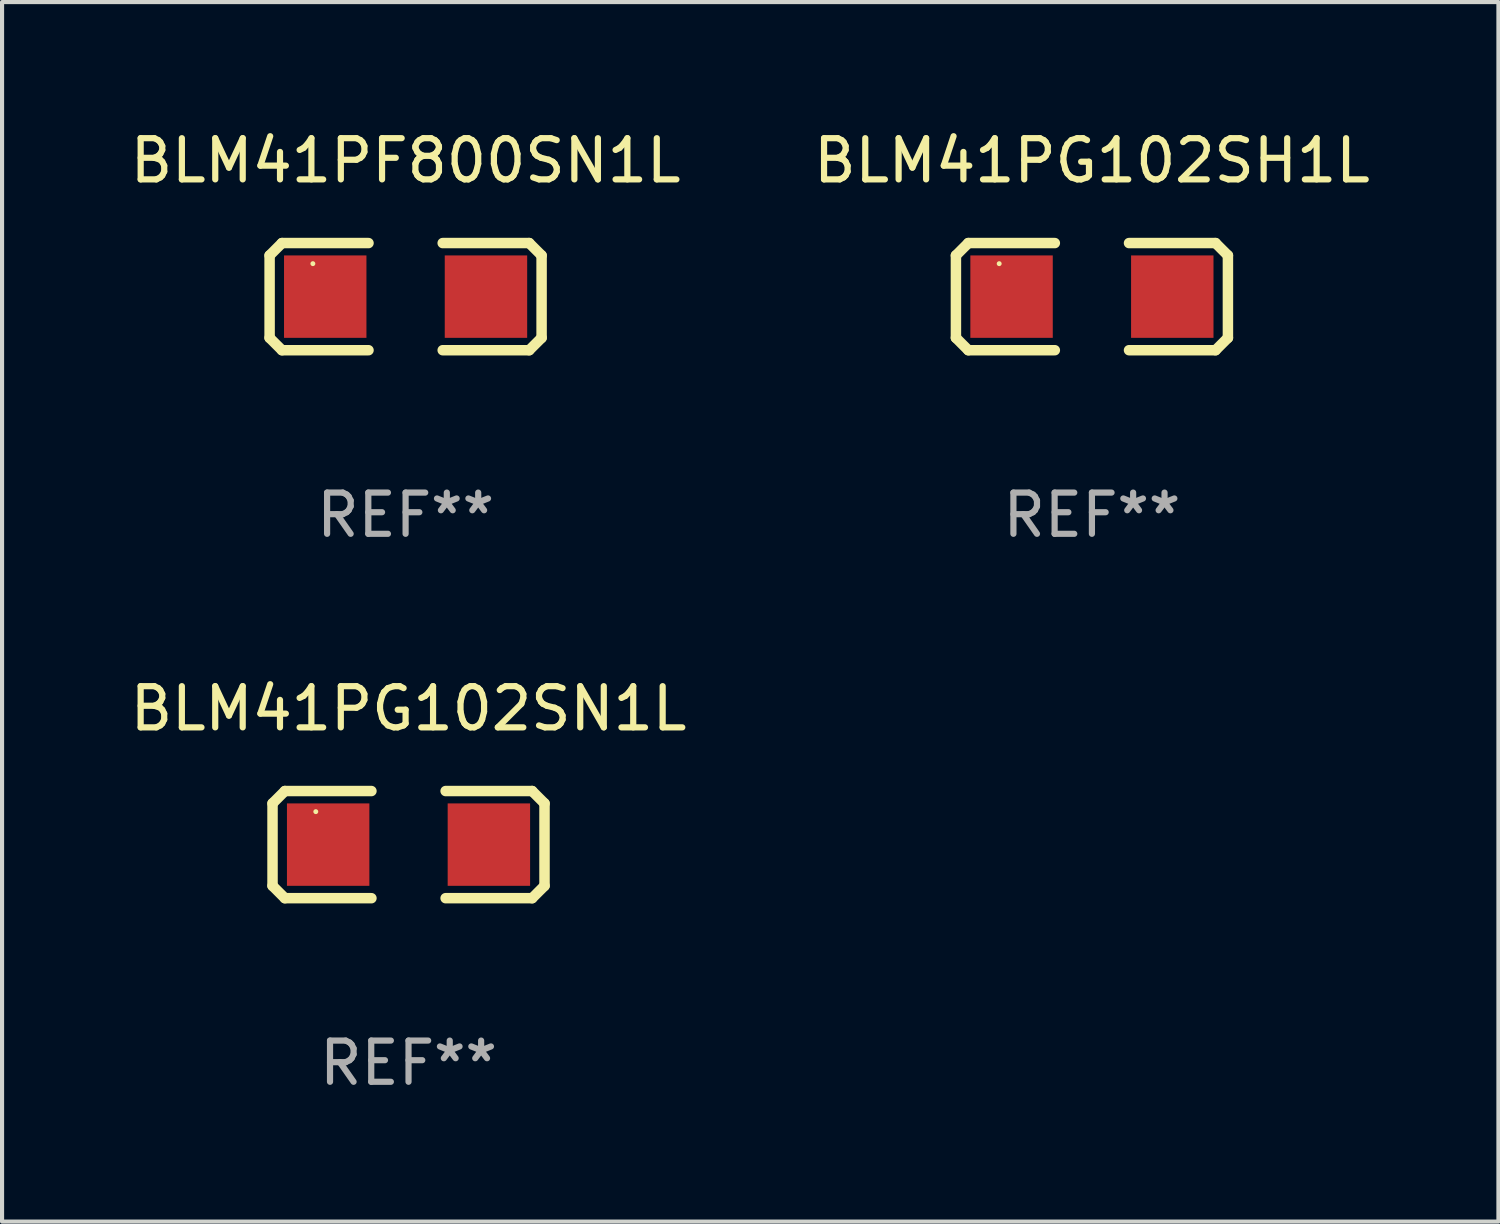
<source format=kicad_pcb>
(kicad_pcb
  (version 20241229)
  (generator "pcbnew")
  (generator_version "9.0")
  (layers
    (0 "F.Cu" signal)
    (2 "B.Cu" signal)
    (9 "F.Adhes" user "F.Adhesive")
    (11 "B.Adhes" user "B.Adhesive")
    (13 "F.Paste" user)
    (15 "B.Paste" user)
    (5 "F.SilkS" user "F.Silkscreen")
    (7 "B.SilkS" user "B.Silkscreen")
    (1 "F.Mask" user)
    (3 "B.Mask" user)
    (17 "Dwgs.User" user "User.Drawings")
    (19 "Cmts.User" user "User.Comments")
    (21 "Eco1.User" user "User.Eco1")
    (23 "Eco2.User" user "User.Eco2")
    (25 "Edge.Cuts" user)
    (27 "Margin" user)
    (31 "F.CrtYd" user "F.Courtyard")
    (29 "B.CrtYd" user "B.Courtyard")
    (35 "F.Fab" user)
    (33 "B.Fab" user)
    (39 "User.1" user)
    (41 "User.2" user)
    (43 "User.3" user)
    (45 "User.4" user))
  (footprint "BLM41PF800SN1L"
    (layer "F.Cu")
    (at 6.792 4.148)
    (property "Reference" "BLM41PF800SN1L" (at 0 -3.3 0) (layer "F.SilkS") (effects (font (size 1 1) (thickness 0.15))))
    (attr through_hole)
    (fp_line (start -3.3 -1) (end -3.3 1) (stroke (width 0.254) (type solid)) (layer "F.SilkS"))
    (fp_line (start -3.3 -1) (end -3 -1.3) (stroke (width 0.254) (type solid)) (layer "F.SilkS"))
    (fp_line (start -3 -1.3) (end -0.9 -1.3) (stroke (width 0.254) (type solid)) (layer "F.SilkS"))
    (fp_line (start -3 1.3) (end -3.3 1) (stroke (width 0.254) (type solid)) (layer "F.SilkS"))
    (fp_line (start -3 1.3) (end -0.9 1.3) (stroke (width 0.254) (type solid)) (layer "F.SilkS"))
    (fp_line (start 0.9 -1.3) (end 3 -1.3) (stroke (width 0.254) (type solid)) (layer "F.SilkS"))
    (fp_line (start 0.9 1.3) (end 3 1.3) (stroke (width 0.254) (type solid)) (layer "F.SilkS"))
    (fp_line (start 3 -1.3) (end 3.3 -1) (stroke (width 0.254) (type solid)) (layer "F.SilkS"))
    (fp_line (start 3 1.3) (end 3.3 1) (stroke (width 0.254) (type solid)) (layer "F.SilkS"))
    (fp_line (start 3.3 -1) (end 3.3 1) (stroke (width 0.254) (type solid)) (layer "F.SilkS"))
    (fp_circle (center -2.25 -0.8) (end -2.22 -0.8) (stroke (width 0.06) (type solid)) (fill no) (layer "F.SilkS"))
    (fp_text user "REF**" (at 0 5.3 0) (layer "F.Fab") (effects (font (size 1 1) (thickness 0.15))))
    (pad "1" smd rect (at -1.95 0) (size 2 2) (layers "F.Cu" "F.Mask" "F.Paste"))
    (pad "2" smd rect (at 1.95 0) (size 2 2) (layers "F.Cu" "F.Mask" "F.Paste")))
  (footprint "BLM41PG102SN1L"
    (layer "F.Cu")
    (at 6.863 17.445)
    (property "Reference" "BLM41PG102SN1L" (at 0 -3.3 0) (layer "F.SilkS") (effects (font (size 1 1) (thickness 0.15))))
    (attr through_hole)
    (fp_line (start -3.3 -1) (end -3.3 1) (stroke (width 0.254) (type solid)) (layer "F.SilkS"))
    (fp_line (start -3.3 -1) (end -3 -1.3) (stroke (width 0.254) (type solid)) (layer "F.SilkS"))
    (fp_line (start -3 -1.3) (end -0.9 -1.3) (stroke (width 0.254) (type solid)) (layer "F.SilkS"))
    (fp_line (start -3 1.3) (end -3.3 1) (stroke (width 0.254) (type solid)) (layer "F.SilkS"))
    (fp_line (start -3 1.3) (end -0.9 1.3) (stroke (width 0.254) (type solid)) (layer "F.SilkS"))
    (fp_line (start 0.9 -1.3) (end 3 -1.3) (stroke (width 0.254) (type solid)) (layer "F.SilkS"))
    (fp_line (start 0.9 1.3) (end 3 1.3) (stroke (width 0.254) (type solid)) (layer "F.SilkS"))
    (fp_line (start 3 -1.3) (end 3.3 -1) (stroke (width 0.254) (type solid)) (layer "F.SilkS"))
    (fp_line (start 3 1.3) (end 3.3 1) (stroke (width 0.254) (type solid)) (layer "F.SilkS"))
    (fp_line (start 3.3 -1) (end 3.3 1) (stroke (width 0.254) (type solid)) (layer "F.SilkS"))
    (fp_circle (center -2.25 -0.8) (end -2.22 -0.8) (stroke (width 0.06) (type solid)) (fill no) (layer "F.SilkS"))
    (fp_text user "REF**" (at 0 5.3 0) (layer "F.Fab") (effects (font (size 1 1) (thickness 0.15))))
    (pad "1" smd rect (at -1.95 0) (size 2 2) (layers "F.Cu" "F.Mask" "F.Paste"))
    (pad "2" smd rect (at 1.95 0) (size 2 2) (layers "F.Cu" "F.Mask" "F.Paste")))
  (footprint "BLM41PG102SH1L"
    (layer "F.Cu")
    (at 23.446 4.148)
    (property "Reference" "BLM41PG102SH1L" (at 0 -3.3 0) (layer "F.SilkS") (effects (font (size 1 1) (thickness 0.15))))
    (attr through_hole)
    (fp_line (start -3.3 -1) (end -3.3 1) (stroke (width 0.254) (type solid)) (layer "F.SilkS"))
    (fp_line (start -3.3 -1) (end -3 -1.3) (stroke (width 0.254) (type solid)) (layer "F.SilkS"))
    (fp_line (start -3 -1.3) (end -0.9 -1.3) (stroke (width 0.254) (type solid)) (layer "F.SilkS"))
    (fp_line (start -3 1.3) (end -3.3 1) (stroke (width 0.254) (type solid)) (layer "F.SilkS"))
    (fp_line (start -3 1.3) (end -0.9 1.3) (stroke (width 0.254) (type solid)) (layer "F.SilkS"))
    (fp_line (start 0.9 -1.3) (end 3 -1.3) (stroke (width 0.254) (type solid)) (layer "F.SilkS"))
    (fp_line (start 0.9 1.3) (end 3 1.3) (stroke (width 0.254) (type solid)) (layer "F.SilkS"))
    (fp_line (start 3 -1.3) (end 3.3 -1) (stroke (width 0.254) (type solid)) (layer "F.SilkS"))
    (fp_line (start 3 1.3) (end 3.3 1) (stroke (width 0.254) (type solid)) (layer "F.SilkS"))
    (fp_line (start 3.3 -1) (end 3.3 1) (stroke (width 0.254) (type solid)) (layer "F.SilkS"))
    (fp_circle (center -2.25 -0.8) (end -2.22 -0.8) (stroke (width 0.06) (type solid)) (fill no) (layer "F.SilkS"))
    (fp_text user "REF**" (at 0 5.3 0) (layer "F.Fab") (effects (font (size 1 1) (thickness 0.15))))
    (pad "1" smd rect (at -1.95 0) (size 2 2) (layers "F.Cu" "F.Mask" "F.Paste"))
    (pad "2" smd rect (at 1.95 0) (size 2 2) (layers "F.Cu" "F.Mask" "F.Paste")))
  (gr_rect
    (start -3 -3)
    (end 33.31 26.593)
    (stroke (width 0.1) (type default))
    (fill no)
    (layer "Edge.Cuts")))
</source>
